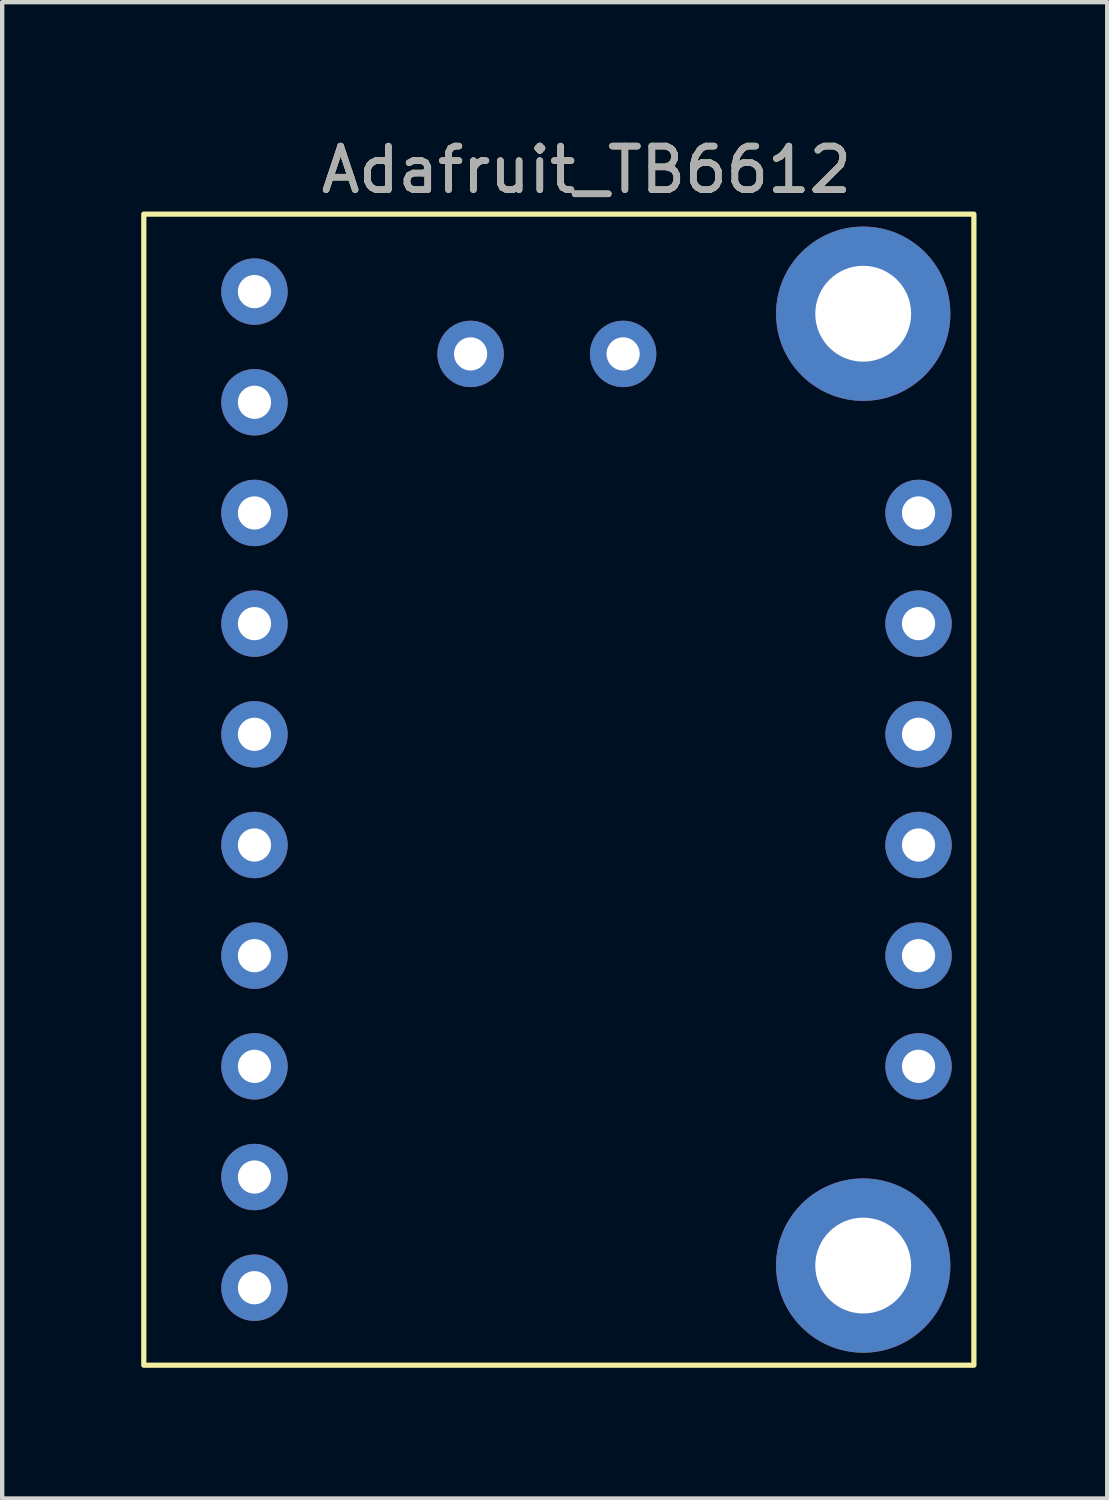
<source format=kicad_pcb>
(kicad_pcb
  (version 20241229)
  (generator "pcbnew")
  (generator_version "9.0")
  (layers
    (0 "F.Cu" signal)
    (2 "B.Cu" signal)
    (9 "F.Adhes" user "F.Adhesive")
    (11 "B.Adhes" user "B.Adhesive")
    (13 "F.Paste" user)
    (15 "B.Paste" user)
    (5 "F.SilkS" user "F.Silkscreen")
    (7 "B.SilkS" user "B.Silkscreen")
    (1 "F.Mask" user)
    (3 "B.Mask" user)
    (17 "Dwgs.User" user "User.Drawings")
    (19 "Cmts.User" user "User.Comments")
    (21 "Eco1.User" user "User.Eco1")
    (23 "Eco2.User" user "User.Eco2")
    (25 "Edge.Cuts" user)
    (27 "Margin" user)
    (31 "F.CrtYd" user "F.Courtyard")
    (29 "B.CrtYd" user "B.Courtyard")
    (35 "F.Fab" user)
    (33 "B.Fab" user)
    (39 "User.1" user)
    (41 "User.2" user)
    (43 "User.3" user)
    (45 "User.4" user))
  (footprint "Adafruit_TB6612"
    (layer "F.Cu")
    (at 0.25 15.072)
    (property "Reference" "Adafruit_TB6612" (at 10.16 -14.224 0) (unlocked yes) (layer "F.SilkS") (effects (font (size 1 1) (thickness 0.15))))
    (attr through_hole)
    (fp_rect (start 0 13.208) (end 19.05 -13.208) (stroke (width 0.12) (type solid)) (fill no) (layer "F.SilkS"))
    (fp_text user "${REFERENCE}" (at 10.16 -14.224 0) (unlocked yes) (layer "F.Fab") (effects (font (size 1 1) (thickness 0.15))))
    (pad "" thru_hole circle (at 16.51 -10.922) (size 4 4) (drill 2.2) (layers "*.Cu" "*.Mask"))
    (pad "" thru_hole circle (at 16.51 10.922) (size 4 4) (drill 2.2) (layers "*.Cu" "*.Mask"))
    (pad "1" thru_hole circle (at 2.54 -11.43) (size 1.524 1.524) (drill 0.762) (layers "*.Cu" "*.Mask"))
    (pad "2" thru_hole circle (at 2.54 -8.89) (size 1.524 1.524) (drill 0.762) (layers "*.Cu" "*.Mask"))
    (pad "3" thru_hole circle (at 2.54 -6.35) (size 1.524 1.524) (drill 0.762) (layers "*.Cu" "*.Mask"))
    (pad "4" thru_hole circle (at 2.54 -3.81) (size 1.524 1.524) (drill 0.762) (layers "*.Cu" "*.Mask"))
    (pad "5" thru_hole circle (at 2.54 -1.27) (size 1.524 1.524) (drill 0.762) (layers "*.Cu" "*.Mask"))
    (pad "6" thru_hole circle (at 2.54 1.27) (size 1.524 1.524) (drill 0.762) (layers "*.Cu" "*.Mask"))
    (pad "7" thru_hole circle (at 2.54 3.81) (size 1.524 1.524) (drill 0.762) (layers "*.Cu" "*.Mask"))
    (pad "8" thru_hole circle (at 2.54 6.35) (size 1.524 1.524) (drill 0.762) (layers "*.Cu" "*.Mask"))
    (pad "9" thru_hole circle (at 2.54 8.89) (size 1.524 1.524) (drill 0.762) (layers "*.Cu" "*.Mask"))
    (pad "10" thru_hole circle (at 2.54 11.43) (size 1.524 1.524) (drill 0.762) (layers "*.Cu" "*.Mask"))
    (pad "11" thru_hole circle (at 17.78 6.35) (size 1.524 1.524) (drill 0.762) (layers "*.Cu" "*.Mask"))
    (pad "12" thru_hole circle (at 17.78 3.81) (size 1.524 1.524) (drill 0.762) (layers "*.Cu" "*.Mask"))
    (pad "13" thru_hole circle (at 17.78 1.27) (size 1.524 1.524) (drill 0.762) (layers "*.Cu" "*.Mask"))
    (pad "14" thru_hole circle (at 17.78 -1.27) (size 1.524 1.524) (drill 0.762) (layers "*.Cu" "*.Mask"))
    (pad "15" thru_hole circle (at 17.78 -3.81) (size 1.524 1.524) (drill 0.762) (layers "*.Cu" "*.Mask"))
    (pad "16" thru_hole circle (at 17.78 -6.35) (size 1.524 1.524) (drill 0.762) (layers "*.Cu" "*.Mask"))
    (pad "17" thru_hole circle (at 11 -10) (size 1.524 1.524) (drill 0.762) (layers "*.Cu" "*.Mask"))
    (pad "18" thru_hole circle (at 7.5 -10) (size 1.524 1.524) (drill 0.762) (layers "*.Cu" "*.Mask")))
  (gr_rect
    (start -3 -3)
    (end 22.36 31.34)
    (stroke (width 0.1) (type default))
    (fill no)
    (layer "Edge.Cuts")))
</source>
